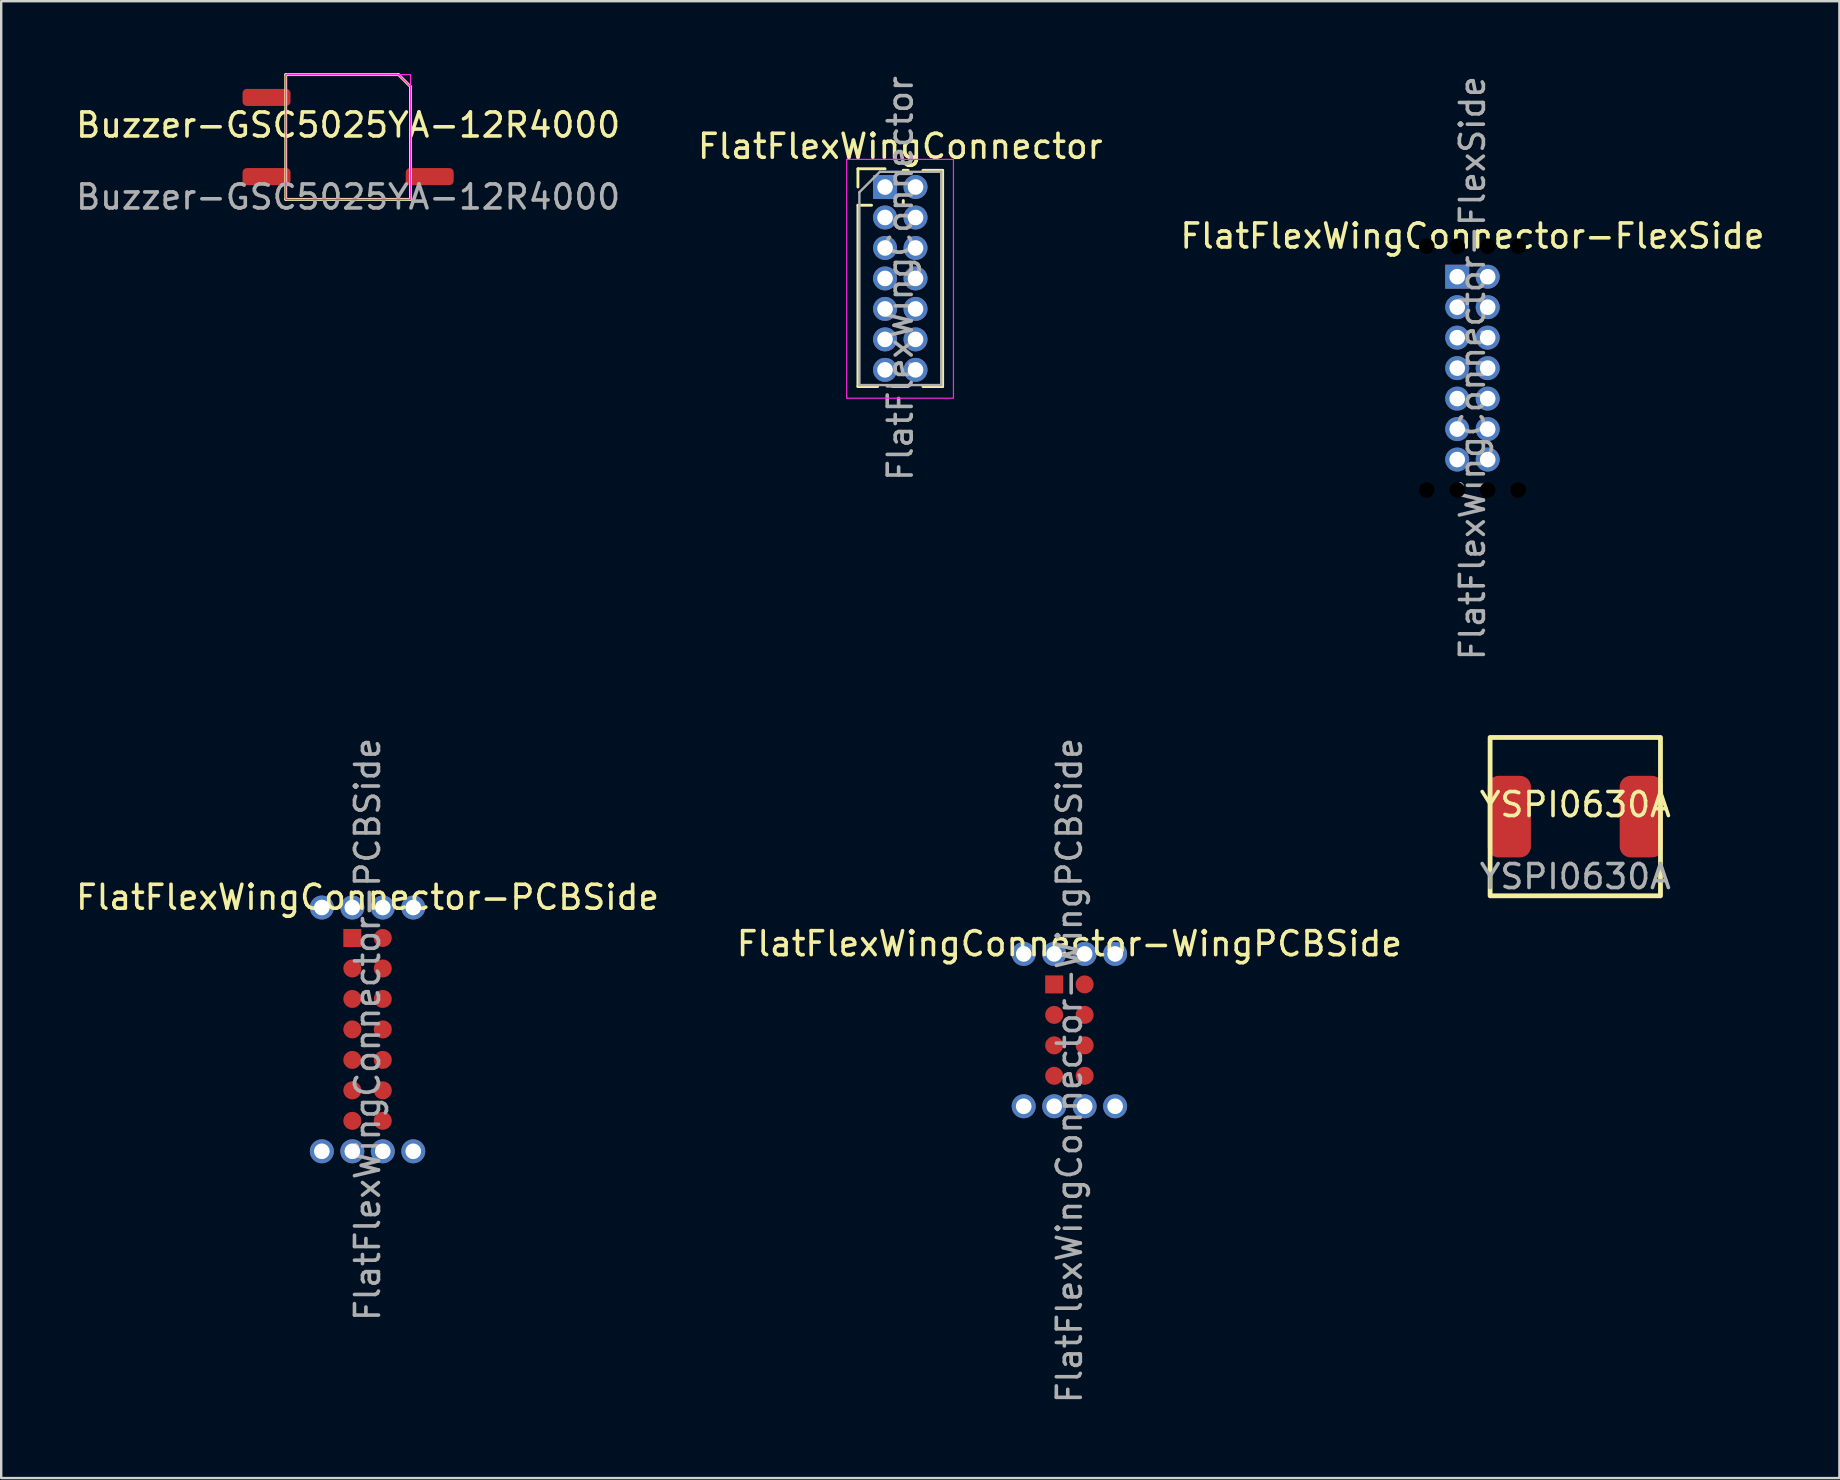
<source format=kicad_pcb>
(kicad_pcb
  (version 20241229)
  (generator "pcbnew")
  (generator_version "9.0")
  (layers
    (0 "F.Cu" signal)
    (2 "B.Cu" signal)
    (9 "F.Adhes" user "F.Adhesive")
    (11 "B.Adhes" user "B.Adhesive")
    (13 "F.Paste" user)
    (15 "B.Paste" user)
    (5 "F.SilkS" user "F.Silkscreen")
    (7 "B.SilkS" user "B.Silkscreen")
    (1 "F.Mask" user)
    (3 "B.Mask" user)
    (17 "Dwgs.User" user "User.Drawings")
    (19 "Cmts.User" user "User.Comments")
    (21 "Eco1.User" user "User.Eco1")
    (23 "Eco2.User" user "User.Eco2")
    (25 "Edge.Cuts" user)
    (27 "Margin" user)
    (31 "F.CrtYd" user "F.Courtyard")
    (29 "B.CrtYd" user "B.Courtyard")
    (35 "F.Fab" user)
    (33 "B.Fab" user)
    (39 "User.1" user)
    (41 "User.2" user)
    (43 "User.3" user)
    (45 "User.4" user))
  (footprint "Buzzer-GSC5025YA-12R4000"
    (layer "F.Cu")
    (at 11.458 2.66)
    (property "Reference" "Buzzer-GSC5025YA-12R4000" (at 0 -0.5 0) (unlocked yes) (layer "F.SilkS") (effects (font (size 1 1) (thickness 0.15))))
    (attr smd)
    (fp_line (start -2.6 -2.6) (end 2.1 -2.6) (stroke (width 0.12) (type default)) (layer "F.SilkS"))
    (fp_line (start -2.6 2.6) (end -2.6 -2.6) (stroke (width 0.12) (type default)) (layer "F.SilkS"))
    (fp_line (start 2.1 -2.6) (end 2.6 -2.1) (stroke (width 0.12) (type default)) (layer "F.SilkS"))
    (fp_line (start 2.6 -2.1) (end 2.6 2.6) (stroke (width 0.12) (type default)) (layer "F.SilkS"))
    (fp_line (start 2.6 2.6) (end -2.6 2.6) (stroke (width 0.12) (type default)) (layer "F.SilkS"))
    (fp_line (start 2.1 -2.6) (end 2.6 -2.1) (stroke (width 0.05) (type default)) (layer "F.CrtYd"))
    (fp_rect (start -2.6 -2.6) (end 2.6 2.6) (stroke (width 0.05) (type default)) (fill no) (layer "F.CrtYd"))
    (fp_text user "${REFERENCE}" (at 0 2.5 0) (unlocked yes) (layer "F.Fab") (effects (font (size 1 1) (thickness 0.15))))
    (pad "" smd roundrect (at -3.4 -1.65) (size 2 0.71) (layers "F.Cu" "F.Mask" "F.Paste") (roundrect_rratio 0.25))
    (pad "1" smd roundrect (at -3.4 1.65) (size 2 0.71) (layers "F.Cu" "F.Mask" "F.Paste") (roundrect_rratio 0.25))
    (pad "2" smd roundrect (at 3.4 1.65) (size 2 0.71) (layers "F.Cu" "F.Mask" "F.Paste") (roundrect_rratio 0.25)))
  (footprint "FlatFlexWingConnector-PCBSide"
    (layer "F.Cu")
    (at 11.633 36.041)
    (property "Reference" "FlatFlexWingConnector-PCBSide" (at 0.635 -1.695 0) (layer "F.SilkS") (effects (font (size 1 1) (thickness 0.15))))
    (attr through_hole)
    (fp_text user "${REFERENCE}" (at 0.635 3.81 90) (layer "F.Fab") (effects (font (size 1 1) (thickness 0.15))))
    (pad "" thru_hole oval (at -1.27 -1.27) (size 1 1) (drill 0.65) (layers "*.Cu" "*.Mask"))
    (pad "" thru_hole oval (at -1.27 8.89) (size 1 1) (drill 0.65) (layers "*.Cu" "*.Mask"))
    (pad "" thru_hole oval (at 0 -1.27) (size 1 1) (drill 0.65) (layers "*.Cu" "*.Mask"))
    (pad "" thru_hole oval (at 0 8.89) (size 1 1) (drill 0.65) (layers "*.Cu" "*.Mask"))
    (pad "" thru_hole oval (at 1.27 -1.27) (size 1 1) (drill 0.65) (layers "*.Cu" "*.Mask"))
    (pad "" thru_hole oval (at 1.27 8.89) (size 1 1) (drill 0.65) (layers "*.Cu" "*.Mask"))
    (pad "" thru_hole oval (at 2.54 -1.27) (size 1 1) (drill 0.65) (layers "*.Cu" "*.Mask"))
    (pad "" thru_hole oval (at 2.54 8.89) (size 1 1) (drill 0.65) (layers "*.Cu" "*.Mask"))
    (pad "1" smd rect (at 0 0) (size 0.75 0.75) (layers "F.Cu" "F.Mask" "F.Paste"))
    (pad "2" smd oval (at 1.27 0) (size 0.75 0.75) (layers "F.Cu" "F.Mask" "F.Paste"))
    (pad "3" smd oval (at 0 1.27) (size 0.75 0.75) (layers "F.Cu" "F.Mask" "F.Paste"))
    (pad "4" smd oval (at 1.27 1.27) (size 0.75 0.75) (layers "F.Cu" "F.Mask" "F.Paste"))
    (pad "5" smd oval (at 0 2.54) (size 0.75 0.75) (layers "F.Cu" "F.Mask" "F.Paste"))
    (pad "6" smd oval (at 1.27 2.54) (size 0.75 0.75) (layers "F.Cu" "F.Mask" "F.Paste"))
    (pad "7" smd oval (at 0 3.81) (size 0.75 0.75) (layers "F.Cu" "F.Mask" "F.Paste"))
    (pad "8" smd oval (at 1.27 3.81) (size 0.75 0.75) (layers "F.Cu" "F.Mask" "F.Paste"))
    (pad "9" smd oval (at 0 5.08) (size 0.75 0.75) (layers "F.Cu" "F.Mask" "F.Paste"))
    (pad "10" smd oval (at 1.27 5.08) (size 0.75 0.75) (layers "F.Cu" "F.Mask" "F.Paste"))
    (pad "11" smd oval (at 0 6.35) (size 0.75 0.75) (layers "F.Cu" "F.Mask" "F.Paste"))
    (pad "12" smd oval (at 1.27 6.35) (size 0.75 0.75) (layers "F.Cu" "F.Mask" "F.Paste"))
    (pad "13" smd oval (at 0 7.62) (size 0.75 0.75) (layers "F.Cu" "F.Mask" "F.Paste"))
    (pad "14" smd oval (at 1.27 7.62) (size 0.75 0.75) (layers "F.Cu" "F.Mask" "F.Paste")))
  (footprint "FlatFlexWingConnector-FlexSide"
    (layer "F.Cu")
    (at 57.68 8.482)
    (property "Reference" "FlatFlexWingConnector-FlexSide" (at 0.635 -1.695 0) (layer "F.SilkS") (effects (font (size 1 1) (thickness 0.15))))
    (attr through_hole)
    (fp_text user "${REFERENCE}" (at 0.635 3.81 90) (layer "F.Fab") (effects (font (size 1 1) (thickness 0.15))))
    (pad "" np_thru_hole oval (at -1.27 -1.27) (size 1 1) (drill 0.65) (layers "F.Mask"))
    (pad "" np_thru_hole oval (at -1.27 8.89) (size 1 1) (drill 0.65) (layers "F.Mask"))
    (pad "" np_thru_hole oval (at 0 -1.27) (size 1 1) (drill 0.65) (layers "F.Mask"))
    (pad "" np_thru_hole oval (at 0 8.89) (size 1 1) (drill 0.65) (layers "F.Mask"))
    (pad "" np_thru_hole oval (at 1.27 -1.27) (size 1 1) (drill 0.65) (layers "F.Mask"))
    (pad "" np_thru_hole oval (at 1.27 8.89) (size 1 1) (drill 0.65) (layers "F.Mask"))
    (pad "" np_thru_hole oval (at 2.54 -1.27) (size 1 1) (drill 0.65) (layers "F.Mask"))
    (pad "" np_thru_hole oval (at 2.54 8.89) (size 1 1) (drill 0.65) (layers "F.Mask"))
    (pad "1" thru_hole rect (at 0 0) (size 1 1) (drill 0.65) (layers "*.Cu" "*.Mask"))
    (pad "2" thru_hole oval (at 1.27 0) (size 1 1) (drill 0.65) (layers "*.Cu" "*.Mask"))
    (pad "3" thru_hole oval (at 0 1.27) (size 1 1) (drill 0.65) (layers "*.Cu" "*.Mask"))
    (pad "4" thru_hole oval (at 1.27 1.27) (size 1 1) (drill 0.65) (layers "*.Cu" "*.Mask"))
    (pad "5" thru_hole oval (at 0 2.54) (size 1 1) (drill 0.65) (layers "*.Cu" "*.Mask"))
    (pad "6" thru_hole oval (at 1.27 2.54) (size 1 1) (drill 0.65) (layers "*.Cu" "*.Mask"))
    (pad "7" thru_hole oval (at 0 3.81) (size 1 1) (drill 0.65) (layers "*.Cu" "*.Mask"))
    (pad "8" thru_hole oval (at 1.27 3.81) (size 1 1) (drill 0.65) (layers "*.Cu" "*.Mask"))
    (pad "9" thru_hole oval (at 0 5.08) (size 1 1) (drill 0.65) (layers "*.Cu" "*.Mask"))
    (pad "10" thru_hole oval (at 1.27 5.08) (size 1 1) (drill 0.65) (layers "*.Cu" "*.Mask"))
    (pad "11" thru_hole oval (at 0 6.35) (size 1 1) (drill 0.65) (layers "*.Cu" "*.Mask"))
    (pad "12" thru_hole oval (at 1.27 6.35) (size 1 1) (drill 0.65) (layers "*.Cu" "*.Mask"))
    (pad "13" thru_hole oval (at 0 7.62) (size 1 1) (drill 0.65) (layers "*.Cu" "*.Mask"))
    (pad "14" thru_hole oval (at 1.27 7.62) (size 1 1) (drill 0.65) (layers "*.Cu" "*.Mask")))
  (footprint "YSPI0630A"
    (layer "F.Cu")
    (at 62.601 30.983)
    (property "Reference" "YSPI0630A" (at 0 -0.5 0) (unlocked yes) (layer "F.SilkS") (effects (font (size 1 1) (thickness 0.15))))
    (attr smd)
    (fp_rect (start -3.55 -3.3) (end 3.55 3.3) (stroke (width 0.2) (type default)) (fill no) (layer "F.SilkS"))
    (fp_text user "${REFERENCE}" (at 0 2.5 0) (unlocked yes) (layer "F.Fab") (effects (font (size 1 1) (thickness 0.15))))
    (pad "1" smd roundrect (at 2.75 0) (size 1.8 3.4) (layers "F.Cu" "F.Mask" "F.Paste") (roundrect_rratio 0.25))
    (pad "2" smd roundrect (at -2.75 0) (size 1.8 3.4) (layers "F.Cu" "F.Mask" "F.Paste") (roundrect_rratio 0.25)))
  (footprint "FlatFlexWingConnector"
    (layer "F.Cu")
    (at 33.835 4.744)
    (property "Reference" "FlatFlexWingConnector" (at 0.635 -1.695 0) (layer "F.SilkS") (effects (font (size 1 1) (thickness 0.15))))
    (attr through_hole)
    (fp_line (start -1.13 -0.76) (end 0 -0.76) (stroke (width 0.12) (type solid)) (layer "F.SilkS"))
    (fp_line (start -1.13 0) (end -1.13 -0.76) (stroke (width 0.12) (type solid)) (layer "F.SilkS"))
    (fp_line (start -1.13 0.76) (end -1.13 8.315) (stroke (width 0.12) (type solid)) (layer "F.SilkS"))
    (fp_line (start -1.13 0.76) (end -0.563 0.76) (stroke (width 0.12) (type solid)) (layer "F.SilkS"))
    (fp_line (start -1.13 8.315) (end -0.308 8.315) (stroke (width 0.12) (type solid)) (layer "F.SilkS"))
    (fp_line (start 0.308 8.315) (end 0.962 8.315) (stroke (width 0.12) (type solid)) (layer "F.SilkS"))
    (fp_line (start 0.563 0.76) (end 0.707 0.76) (stroke (width 0.12) (type solid)) (layer "F.SilkS"))
    (fp_line (start 0.76 -0.695) (end 0.962 -0.695) (stroke (width 0.12) (type solid)) (layer "F.SilkS"))
    (fp_line (start 0.76 -0.563) (end 0.76 -0.695) (stroke (width 0.12) (type solid)) (layer "F.SilkS"))
    (fp_line (start 0.76 0.707) (end 0.76 0.563) (stroke (width 0.12) (type solid)) (layer "F.SilkS"))
    (fp_line (start 1.578 -0.695) (end 2.4 -0.695) (stroke (width 0.12) (type solid)) (layer "F.SilkS"))
    (fp_line (start 1.578 8.315) (end 2.4 8.315) (stroke (width 0.12) (type solid)) (layer "F.SilkS"))
    (fp_line (start 2.4 -0.695) (end 2.4 8.315) (stroke (width 0.12) (type solid)) (layer "F.SilkS"))
    (fp_line (start -1.6 -1.15) (end -1.6 8.8) (stroke (width 0.05) (type solid)) (layer "F.CrtYd"))
    (fp_line (start -1.6 8.8) (end 2.85 8.8) (stroke (width 0.05) (type solid)) (layer "F.CrtYd"))
    (fp_line (start 2.85 -1.15) (end -1.6 -1.15) (stroke (width 0.05) (type solid)) (layer "F.CrtYd"))
    (fp_line (start 2.85 8.8) (end 2.85 -1.15) (stroke (width 0.05) (type solid)) (layer "F.CrtYd"))
    (fp_line (start -1.07 0.217) (end -0.217 -0.635) (stroke (width 0.1) (type solid)) (layer "F.Fab"))
    (fp_line (start -1.07 8.255) (end -1.07 0.217) (stroke (width 0.1) (type solid)) (layer "F.Fab"))
    (fp_line (start -0.217 -0.635) (end 2.34 -0.635) (stroke (width 0.1) (type solid)) (layer "F.Fab"))
    (fp_line (start 2.34 -0.635) (end 2.34 8.255) (stroke (width 0.1) (type solid)) (layer "F.Fab"))
    (fp_line (start 2.34 8.255) (end -1.07 8.255) (stroke (width 0.1) (type solid)) (layer "F.Fab"))
    (fp_text user "${REFERENCE}" (at 0.635 3.81 90) (layer "F.Fab") (effects (font (size 1 1) (thickness 0.15))))
    (pad "1" thru_hole rect (at 0 0) (size 1 1) (drill 0.65) (layers "*.Cu" "*.Mask"))
    (pad "2" thru_hole oval (at 1.27 0) (size 1 1) (drill 0.65) (layers "*.Cu" "*.Mask"))
    (pad "3" thru_hole oval (at 0 1.27) (size 1 1) (drill 0.65) (layers "*.Cu" "*.Mask"))
    (pad "4" thru_hole oval (at 1.27 1.27) (size 1 1) (drill 0.65) (layers "*.Cu" "*.Mask"))
    (pad "5" thru_hole oval (at 0 2.54) (size 1 1) (drill 0.65) (layers "*.Cu" "*.Mask"))
    (pad "6" thru_hole oval (at 1.27 2.54) (size 1 1) (drill 0.65) (layers "*.Cu" "*.Mask"))
    (pad "7" thru_hole oval (at 0 3.81) (size 1 1) (drill 0.65) (layers "*.Cu" "*.Mask"))
    (pad "8" thru_hole oval (at 1.27 3.81) (size 1 1) (drill 0.65) (layers "*.Cu" "*.Mask"))
    (pad "9" thru_hole oval (at 0 5.08) (size 1 1) (drill 0.65) (layers "*.Cu" "*.Mask"))
    (pad "10" thru_hole oval (at 1.27 5.08) (size 1 1) (drill 0.65) (layers "*.Cu" "*.Mask"))
    (pad "11" thru_hole oval (at 0 6.35) (size 1 1) (drill 0.65) (layers "*.Cu" "*.Mask"))
    (pad "12" thru_hole oval (at 1.27 6.35) (size 1 1) (drill 0.65) (layers "*.Cu" "*.Mask"))
    (pad "13" thru_hole oval (at 0 7.62) (size 1 1) (drill 0.65) (layers "*.Cu" "*.Mask"))
    (pad "14" thru_hole oval (at 1.27 7.62) (size 1 1) (drill 0.65) (layers "*.Cu" "*.Mask")))
  (footprint "FlatFlexWingConnector-WingPCBSide"
    (layer "F.Cu")
    (at 40.883 37.975)
    (property "Reference" "FlatFlexWingConnector-WingPCBSide" (at 0.635 -1.695 0) (layer "F.SilkS") (effects (font (size 1 1) (thickness 0.15))))
    (attr through_hole)
    (fp_text user "${REFERENCE}" (at 0.635 3.59 90) (layer "F.Fab") (effects (font (size 1 1) (thickness 0.15))))
    (pad "" thru_hole oval (at -1.27 -1.27) (size 1 1) (drill 0.65) (layers "*.Cu" "*.Mask"))
    (pad "" thru_hole oval (at -1.27 5.08) (size 1 1) (drill 0.65) (layers "*.Cu" "*.Mask"))
    (pad "" thru_hole oval (at 0 -1.27) (size 1 1) (drill 0.65) (layers "*.Cu" "*.Mask"))
    (pad "" thru_hole oval (at 0 5.08) (size 1 1) (drill 0.65) (layers "*.Cu" "*.Mask"))
    (pad "" thru_hole oval (at 1.27 -1.27) (size 1 1) (drill 0.65) (layers "*.Cu" "*.Mask"))
    (pad "" thru_hole oval (at 1.27 5.08) (size 1 1) (drill 0.65) (layers "*.Cu" "*.Mask"))
    (pad "" thru_hole oval (at 2.54 -1.27) (size 1 1) (drill 0.65) (layers "*.Cu" "*.Mask"))
    (pad "" thru_hole oval (at 2.54 5.08) (size 1 1) (drill 0.65) (layers "*.Cu" "*.Mask"))
    (pad "1" smd rect (at 0 0) (size 0.75 0.75) (layers "F.Cu" "F.Mask" "F.Paste"))
    (pad "2" smd oval (at 1.27 0) (size 0.75 0.75) (layers "F.Cu" "F.Mask" "F.Paste"))
    (pad "3" smd oval (at 0 1.27) (size 0.75 0.75) (layers "F.Cu" "F.Mask" "F.Paste"))
    (pad "4" smd oval (at 1.27 1.27) (size 0.75 0.75) (layers "F.Cu" "F.Mask" "F.Paste"))
    (pad "5" smd oval (at 0 2.54) (size 0.75 0.75) (layers "F.Cu" "F.Mask" "F.Paste"))
    (pad "6" smd oval (at 1.27 2.54) (size 0.75 0.75) (layers "F.Cu" "F.Mask" "F.Paste"))
    (pad "7" smd oval (at 0 3.81) (size 0.75 0.75) (layers "F.Cu" "F.Mask" "F.Paste"))
    (pad "8" smd oval (at 1.27 3.81) (size 0.75 0.75) (layers "F.Cu" "F.Mask" "F.Paste")))
  (gr_rect
    (start -3 -3)
    (end 73.607 58.548)
    (stroke (width 0.1) (type default))
    (fill no)
    (layer "Edge.Cuts")))
</source>
